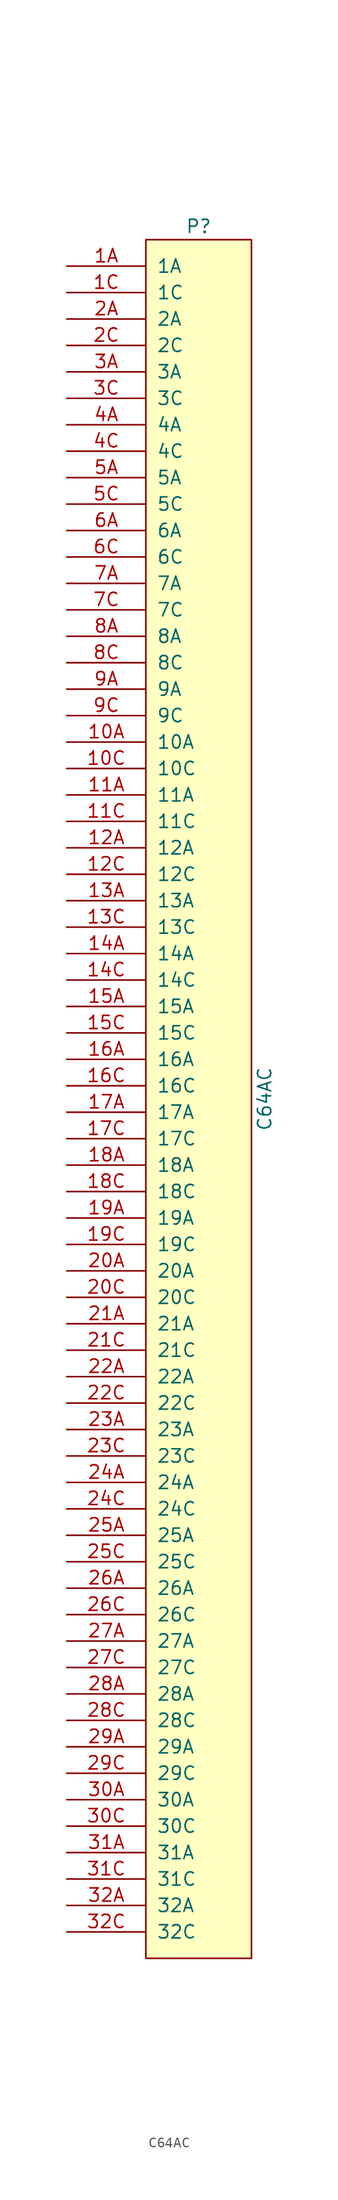
<source format=kicad_sym>
(kicad_symbol_lib
  (version 20220914)
  (generator kicad_symbol_editor)
  (symbol "C64AC"
    (pin_names
      (offset 1.016))
    (property "Reference" "P"
      (at 0 83.82 0)
      (effects (font (size 1.27 1.27))))
    (property "Value" "C64AC"
      (at 6.35 0 90)
      (effects (font (size 1.27 1.27))))
    (property "Footprint" ""
      (at 0 0 0)
      (effects (font (size 1.27 1.27))))
    (property "Datasheet" ""
      (at 0 0 0)
      (effects (font (size 1.27 1.27))))
    (symbol "C64AC_0_1"
      (rectangle (start -5.08 82.55) (end 5.08 -82.55) (stroke (width 0) (type solid)) (fill (type background))))
    (symbol "C64AC_1_1"
      (pin passive line (at -12.7 34.29 0) (length 7.62) (name "10A" (effects (font (size 1.27 1.27)))) (number "10A" (effects (font (size 1.27 1.27)))))
      (pin passive line (at -12.7 31.75 0) (length 7.62) (name "10C" (effects (font (size 1.27 1.27)))) (number "10C" (effects (font (size 1.27 1.27)))))
      (pin passive line (at -12.7 29.21 0) (length 7.62) (name "11A" (effects (font (size 1.27 1.27)))) (number "11A" (effects (font (size 1.27 1.27)))))
      (pin passive line (at -12.7 26.67 0) (length 7.62) (name "11C" (effects (font (size 1.27 1.27)))) (number "11C" (effects (font (size 1.27 1.27)))))
      (pin passive line (at -12.7 24.13 0) (length 7.62) (name "12A" (effects (font (size 1.27 1.27)))) (number "12A" (effects (font (size 1.27 1.27)))))
      (pin passive line (at -12.7 21.59 0) (length 7.62) (name "12C" (effects (font (size 1.27 1.27)))) (number "12C" (effects (font (size 1.27 1.27)))))
      (pin passive line (at -12.7 19.05 0) (length 7.62) (name "13A" (effects (font (size 1.27 1.27)))) (number "13A" (effects (font (size 1.27 1.27)))))
      (pin passive line (at -12.7 16.51 0) (length 7.62) (name "13C" (effects (font (size 1.27 1.27)))) (number "13C" (effects (font (size 1.27 1.27)))))
      (pin passive line (at -12.7 13.97 0) (length 7.62) (name "14A" (effects (font (size 1.27 1.27)))) (number "14A" (effects (font (size 1.27 1.27)))))
      (pin passive line (at -12.7 11.43 0) (length 7.62) (name "14C" (effects (font (size 1.27 1.27)))) (number "14C" (effects (font (size 1.27 1.27)))))
      (pin passive line (at -12.7 8.89 0) (length 7.62) (name "15A" (effects (font (size 1.27 1.27)))) (number "15A" (effects (font (size 1.27 1.27)))))
      (pin passive line (at -12.7 6.35 0) (length 7.62) (name "15C" (effects (font (size 1.27 1.27)))) (number "15C" (effects (font (size 1.27 1.27)))))
      (pin passive line (at -12.7 3.81 0) (length 7.62) (name "16A" (effects (font (size 1.27 1.27)))) (number "16A" (effects (font (size 1.27 1.27)))))
      (pin passive line (at -12.7 1.27 0) (length 7.62) (name "16C" (effects (font (size 1.27 1.27)))) (number "16C" (effects (font (size 1.27 1.27)))))
      (pin passive line (at -12.7 -1.27 0) (length 7.62) (name "17A" (effects (font (size 1.27 1.27)))) (number "17A" (effects (font (size 1.27 1.27)))))
      (pin passive line (at -12.7 -3.81 0) (length 7.62) (name "17C" (effects (font (size 1.27 1.27)))) (number "17C" (effects (font (size 1.27 1.27)))))
      (pin passive line (at -12.7 -6.35 0) (length 7.62) (name "18A" (effects (font (size 1.27 1.27)))) (number "18A" (effects (font (size 1.27 1.27)))))
      (pin passive line (at -12.7 -8.89 0) (length 7.62) (name "18C" (effects (font (size 1.27 1.27)))) (number "18C" (effects (font (size 1.27 1.27)))))
      (pin passive line (at -12.7 -11.43 0) (length 7.62) (name "19A" (effects (font (size 1.27 1.27)))) (number "19A" (effects (font (size 1.27 1.27)))))
      (pin passive line (at -12.7 -13.97 0) (length 7.62) (name "19C" (effects (font (size 1.27 1.27)))) (number "19C" (effects (font (size 1.27 1.27)))))
      (pin passive line (at -12.7 80.01 0) (length 7.62) (name "1A" (effects (font (size 1.27 1.27)))) (number "1A" (effects (font (size 1.27 1.27)))))
      (pin passive line (at -12.7 77.47 0) (length 7.62) (name "1C" (effects (font (size 1.27 1.27)))) (number "1C" (effects (font (size 1.27 1.27)))))
      (pin passive line (at -12.7 -16.51 0) (length 7.62) (name "20A" (effects (font (size 1.27 1.27)))) (number "20A" (effects (font (size 1.27 1.27)))))
      (pin passive line (at -12.7 -19.05 0) (length 7.62) (name "20C" (effects (font (size 1.27 1.27)))) (number "20C" (effects (font (size 1.27 1.27)))))
      (pin passive line (at -12.7 -21.59 0) (length 7.62) (name "21A" (effects (font (size 1.27 1.27)))) (number "21A" (effects (font (size 1.27 1.27)))))
      (pin passive line (at -12.7 -24.13 0) (length 7.62) (name "21C" (effects (font (size 1.27 1.27)))) (number "21C" (effects (font (size 1.27 1.27)))))
      (pin passive line (at -12.7 -26.67 0) (length 7.62) (name "22A" (effects (font (size 1.27 1.27)))) (number "22A" (effects (font (size 1.27 1.27)))))
      (pin passive line (at -12.7 -29.21 0) (length 7.62) (name "22C" (effects (font (size 1.27 1.27)))) (number "22C" (effects (font (size 1.27 1.27)))))
      (pin passive line (at -12.7 -31.75 0) (length 7.62) (name "23A" (effects (font (size 1.27 1.27)))) (number "23A" (effects (font (size 1.27 1.27)))))
      (pin passive line (at -12.7 -34.29 0) (length 7.62) (name "23C" (effects (font (size 1.27 1.27)))) (number "23C" (effects (font (size 1.27 1.27)))))
      (pin passive line (at -12.7 -36.83 0) (length 7.62) (name "24A" (effects (font (size 1.27 1.27)))) (number "24A" (effects (font (size 1.27 1.27)))))
      (pin passive line (at -12.7 -39.37 0) (length 7.62) (name "24C" (effects (font (size 1.27 1.27)))) (number "24C" (effects (font (size 1.27 1.27)))))
      (pin passive line (at -12.7 -41.91 0) (length 7.62) (name "25A" (effects (font (size 1.27 1.27)))) (number "25A" (effects (font (size 1.27 1.27)))))
      (pin passive line (at -12.7 -44.45 0) (length 7.62) (name "25C" (effects (font (size 1.27 1.27)))) (number "25C" (effects (font (size 1.27 1.27)))))
      (pin passive line (at -12.7 -46.99 0) (length 7.62) (name "26A" (effects (font (size 1.27 1.27)))) (number "26A" (effects (font (size 1.27 1.27)))))
      (pin passive line (at -12.7 -49.53 0) (length 7.62) (name "26C" (effects (font (size 1.27 1.27)))) (number "26C" (effects (font (size 1.27 1.27)))))
      (pin passive line (at -12.7 -52.07 0) (length 7.62) (name "27A" (effects (font (size 1.27 1.27)))) (number "27A" (effects (font (size 1.27 1.27)))))
      (pin passive line (at -12.7 -54.61 0) (length 7.62) (name "27C" (effects (font (size 1.27 1.27)))) (number "27C" (effects (font (size 1.27 1.27)))))
      (pin passive line (at -12.7 -57.15 0) (length 7.62) (name "28A" (effects (font (size 1.27 1.27)))) (number "28A" (effects (font (size 1.27 1.27)))))
      (pin passive line (at -12.7 -59.69 0) (length 7.62) (name "28C" (effects (font (size 1.27 1.27)))) (number "28C" (effects (font (size 1.27 1.27)))))
      (pin passive line (at -12.7 -62.23 0) (length 7.62) (name "29A" (effects (font (size 1.27 1.27)))) (number "29A" (effects (font (size 1.27 1.27)))))
      (pin passive line (at -12.7 -64.77 0) (length 7.62) (name "29C" (effects (font (size 1.27 1.27)))) (number "29C" (effects (font (size 1.27 1.27)))))
      (pin passive line (at -12.7 74.93 0) (length 7.62) (name "2A" (effects (font (size 1.27 1.27)))) (number "2A" (effects (font (size 1.27 1.27)))))
      (pin passive line (at -12.7 72.39 0) (length 7.62) (name "2C" (effects (font (size 1.27 1.27)))) (number "2C" (effects (font (size 1.27 1.27)))))
      (pin passive line (at -12.7 -67.31 0) (length 7.62) (name "30A" (effects (font (size 1.27 1.27)))) (number "30A" (effects (font (size 1.27 1.27)))))
      (pin passive line (at -12.7 -69.85 0) (length 7.62) (name "30C" (effects (font (size 1.27 1.27)))) (number "30C" (effects (font (size 1.27 1.27)))))
      (pin passive line (at -12.7 -72.39 0) (length 7.62) (name "31A" (effects (font (size 1.27 1.27)))) (number "31A" (effects (font (size 1.27 1.27)))))
      (pin passive line (at -12.7 -74.93 0) (length 7.62) (name "31C" (effects (font (size 1.27 1.27)))) (number "31C" (effects (font (size 1.27 1.27)))))
      (pin passive line (at -12.7 -77.47 0) (length 7.62) (name "32A" (effects (font (size 1.27 1.27)))) (number "32A" (effects (font (size 1.27 1.27)))))
      (pin passive line (at -12.7 -80.01 0) (length 7.62) (name "32C" (effects (font (size 1.27 1.27)))) (number "32C" (effects (font (size 1.27 1.27)))))
      (pin passive line (at -12.7 69.85 0) (length 7.62) (name "3A" (effects (font (size 1.27 1.27)))) (number "3A" (effects (font (size 1.27 1.27)))))
      (pin passive line (at -12.7 67.31 0) (length 7.62) (name "3C" (effects (font (size 1.27 1.27)))) (number "3C" (effects (font (size 1.27 1.27)))))
      (pin passive line (at -12.7 64.77 0) (length 7.62) (name "4A" (effects (font (size 1.27 1.27)))) (number "4A" (effects (font (size 1.27 1.27)))))
      (pin passive line (at -12.7 62.23 0) (length 7.62) (name "4C" (effects (font (size 1.27 1.27)))) (number "4C" (effects (font (size 1.27 1.27)))))
      (pin passive line (at -12.7 59.69 0) (length 7.62) (name "5A" (effects (font (size 1.27 1.27)))) (number "5A" (effects (font (size 1.27 1.27)))))
      (pin passive line (at -12.7 57.15 0) (length 7.62) (name "5C" (effects (font (size 1.27 1.27)))) (number "5C" (effects (font (size 1.27 1.27)))))
      (pin passive line (at -12.7 54.61 0) (length 7.62) (name "6A" (effects (font (size 1.27 1.27)))) (number "6A" (effects (font (size 1.27 1.27)))))
      (pin passive line (at -12.7 52.07 0) (length 7.62) (name "6C" (effects (font (size 1.27 1.27)))) (number "6C" (effects (font (size 1.27 1.27)))))
      (pin passive line (at -12.7 49.53 0) (length 7.62) (name "7A" (effects (font (size 1.27 1.27)))) (number "7A" (effects (font (size 1.27 1.27)))))
      (pin passive line (at -12.7 46.99 0) (length 7.62) (name "7C" (effects (font (size 1.27 1.27)))) (number "7C" (effects (font (size 1.27 1.27)))))
      (pin passive line (at -12.7 44.45 0) (length 7.62) (name "8A" (effects (font (size 1.27 1.27)))) (number "8A" (effects (font (size 1.27 1.27)))))
      (pin passive line (at -12.7 41.91 0) (length 7.62) (name "8C" (effects (font (size 1.27 1.27)))) (number "8C" (effects (font (size 1.27 1.27)))))
      (pin passive line (at -12.7 39.37 0) (length 7.62) (name "9A" (effects (font (size 1.27 1.27)))) (number "9A" (effects (font (size 1.27 1.27)))))
      (pin passive line (at -12.7 36.83 0) (length 7.62) (name "9C" (effects (font (size 1.27 1.27)))) (number "9C" (effects (font (size 1.27 1.27))))))))
</source>
